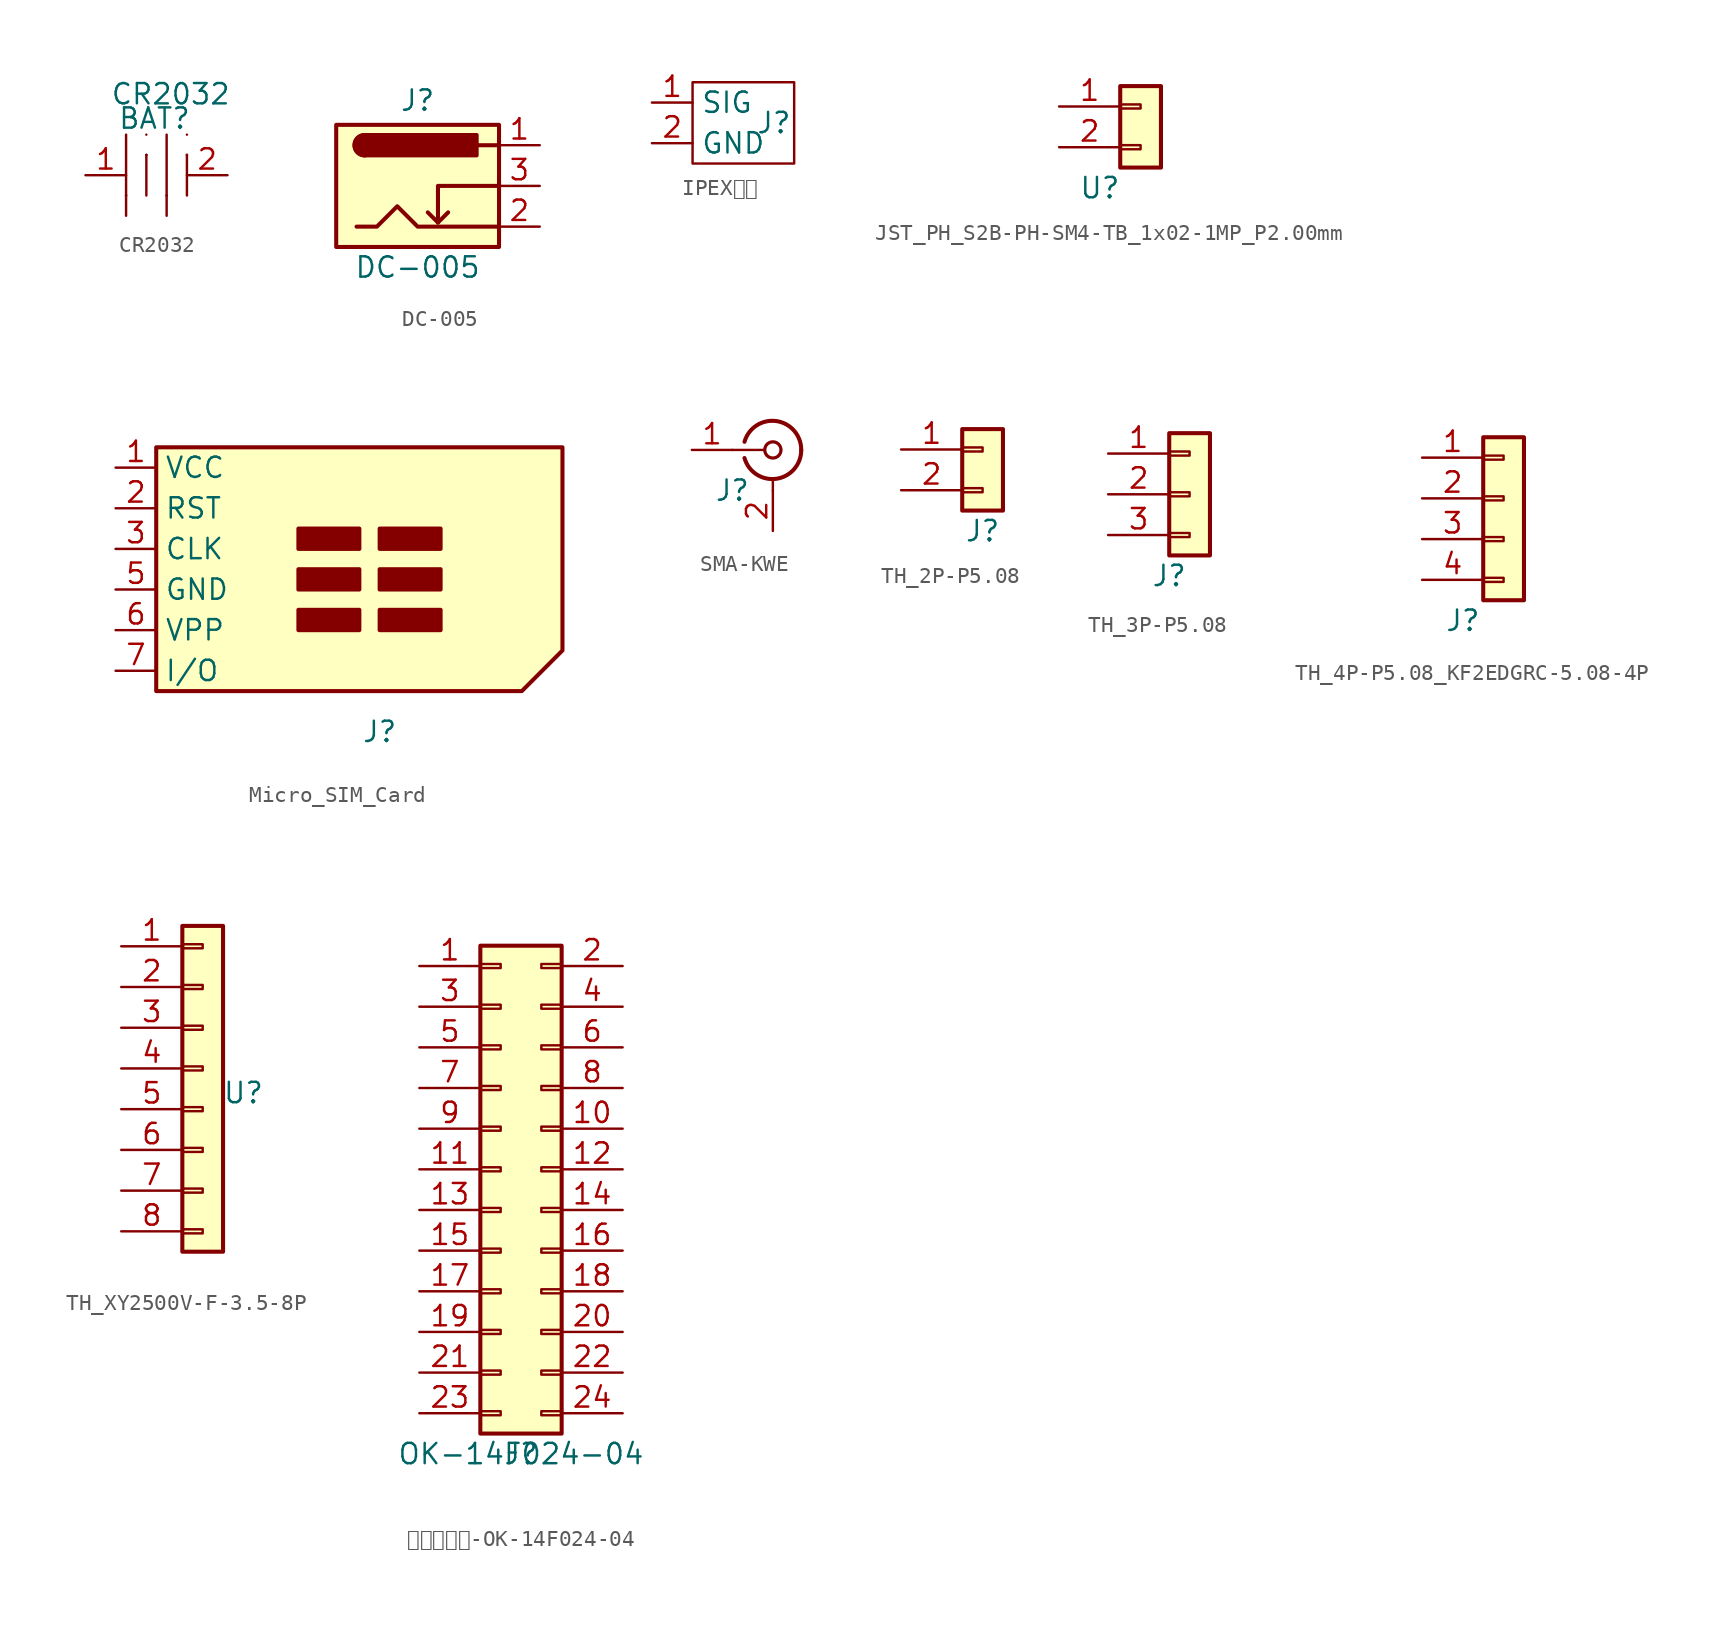
<source format=kicad_sym>
(kicad_symbol_lib
  (version 20241209)
  (generator "kicad_symbol_editor")
  (generator_version "9.0")
  (symbol "CR2032"
    (property "Reference" "BAT"
      (at -0.762 3.556 0)
      (effects (font (size 1.27 1.27))))
    (property "Value" "CR2032"
      (at 0.254 5.08 0)
      (effects (font (size 1.27 1.27))))
    (symbol "CR2032_0_1"
      (polyline (pts (xy -2.54 2.54) (xy -2.54 0) (xy -2.54 -1.27)) (stroke (width 0) (type default)) (fill (type none)))
      (polyline (pts (xy -2.54 -1.27) (xy -2.54 -1.27)) (stroke (width 0) (type default)) (fill (type none)))
      (polyline (pts (xy -2.54 -1.27) (xy -2.54 -2.54)) (stroke (width 0) (type default)) (fill (type none)))
      (polyline (pts (xy -1.27 2.54) (xy -1.27 2.54)) (stroke (width 0) (type default)) (fill (type none)))
      (polyline (pts (xy -1.27 1.27) (xy -1.27 1.27)) (stroke (width 0) (type default)) (fill (type none)))
      (polyline (pts (xy -1.27 1.27) (xy -1.27 1.27)) (stroke (width 0) (type default)) (fill (type none)))
      (polyline (pts (xy -1.27 1.27) (xy -1.27 -1.27)) (stroke (width 0) (type default)) (fill (type none)))
      (polyline (pts (xy 0 2.54) (xy 0 0) (xy 0 -1.27)) (stroke (width 0) (type default)) (fill (type none)))
      (polyline (pts (xy 0 -1.27) (xy 0 -2.54)) (stroke (width 0) (type default)) (fill (type none)))
      (polyline (pts (xy 0 -1.27) (xy 0 -1.27)) (stroke (width 0) (type default)) (fill (type none)))
      (polyline (pts (xy 1.27 2.54) (xy 1.27 2.54)) (stroke (width 0) (type default)) (fill (type none)))
      (polyline (pts (xy 1.27 1.27) (xy 1.27 1.27)) (stroke (width 0) (type default)) (fill (type none)))
      (polyline (pts (xy 1.27 1.27) (xy 1.27 1.27)) (stroke (width 0) (type default)) (fill (type none)))
      (polyline (pts (xy 1.27 1.27) (xy 1.27 -1.27)) (stroke (width 0) (type default)) (fill (type none))))
    (symbol "CR2032_1_1"
      (pin passive line (at -5.08 0 0) (length 2.54) (name "" (effects (font (size 1.27 1.27)))) (number "1" (effects (font (size 1.27 1.27)))))
      (pin passive line (at 3.81 0 180) (length 2.54) (name "" (effects (font (size 1.27 1.27)))) (number "2" (effects (font (size 1.27 1.27)))))))
  (symbol "DC-005"
    (pin_names
      (hide yes))
    (property "Reference" "J"
      (at 0 5.334 0)
      (effects (font (size 1.27 1.27))))
    (property "Value" "DC-005"
      (at 0 -5.08 0)
      (effects (font (size 1.27 1.27))))
    (symbol "DC-005_0_1"
      (rectangle (start -5.08 3.81) (end 5.08 -3.81) (stroke (width 0.254) (type default)) (fill (type background)))
      (polyline (pts (xy -3.81 -2.54) (xy -2.54 -2.54) (xy -1.27 -1.27) (xy 0 -2.54) (xy 2.54 -2.54) (xy 5.08 -2.54)) (stroke (width 0.254) (type default)) (fill (type none)))
      (arc (start -3.302 1.905) (mid -3.9343 2.54) (end -3.302 3.175) (stroke (width 0.254) (type default)) (fill (type outline)))
      (arc (start -3.302 1.905) (mid -3.9343 2.54) (end -3.302 3.175) (stroke (width 0.254) (type default)) (fill (type none)))
      (polyline (pts (xy 1.27 -2.286) (xy 1.905 -1.651)) (stroke (width 0.254) (type default)) (fill (type none)))
      (rectangle (start 3.683 3.175) (end -3.302 1.905) (stroke (width 0.254) (type default)) (fill (type outline)))
      (polyline (pts (xy 5.08 2.54) (xy 3.81 2.54)) (stroke (width 0.254) (type default)) (fill (type none)))
      (polyline (pts (xy 5.08 0) (xy 1.27 0) (xy 1.27 -2.286) (xy 0.635 -1.651)) (stroke (width 0.254) (type default)) (fill (type none))))
    (symbol "DC-005_1_1"
      (pin passive line (at 7.62 2.54 180) (length 2.54) (name "~" (effects (font (size 1.27 1.27)))) (number "1" (effects (font (size 1.27 1.27)))))
      (pin passive line (at 7.62 0 180) (length 2.54) (name "~" (effects (font (size 1.27 1.27)))) (number "3" (effects (font (size 1.27 1.27)))))
      (pin passive line (at 7.62 -2.54 180) (length 2.54) (name "~" (effects (font (size 1.27 1.27)))) (number "2" (effects (font (size 1.27 1.27)))))))
  (symbol "IPEX座子"
    (property "Reference" "J"
      (at 1.27 1.27 0)
      (effects (font (size 1.27 1.27))))
    (property "Value" ""
      (at -1.27 1.27 0)
      (effects (font (size 1.27 1.27))))
    (symbol "IPEX座子_0_1"
      (rectangle (start -3.81 3.81) (end 2.54 -1.27) (stroke (width 0) (type default)) (fill (type none))))
    (symbol "IPEX座子_1_1"
      (pin input line (at -6.35 2.54 0) (length 2.54) (name "SIG" (effects (font (size 1.27 1.27)))) (number "1" (effects (font (size 1.27 1.27)))))
      (pin input line (at -6.35 0 0) (length 2.54) (name "GND" (effects (font (size 1.27 1.27)))) (number "2" (effects (font (size 1.27 1.27)))))))
  (symbol "JST_PH_S2B-PH-SM4-TB_1x02-1MP_P2.00mm"
    (property "Reference" "U"
      (at 0 0 0)
      (effects (font (size 1.27 1.27))))
    (property "Value" ""
      (at 0 0 0)
      (effects (font (size 1.27 1.27))))
    (symbol "JST_PH_S2B-PH-SM4-TB_1x02-1MP_P2.00mm_1_1"
      (rectangle (start 1.27 6.35) (end 3.81 1.27) (stroke (width 0.254) (type default)) (fill (type background)))
      (rectangle (start 1.27 5.207) (end 2.54 4.953) (stroke (width 0.152) (type default)) (fill (type none)))
      (rectangle (start 1.27 2.667) (end 2.54 2.413) (stroke (width 0.152) (type default)) (fill (type none)))
      (pin passive line (at -2.54 5.08 0) (length 3.81) (name "" (effects (font (size 1.27 1.27)))) (number "1" (effects (font (size 1.27 1.27)))))
      (pin passive line (at -2.54 2.54 0) (length 3.81) (name "" (effects (font (size 1.27 1.27)))) (number "2" (effects (font (size 1.27 1.27)))))))
  (symbol "Micro_SIM_Card"
    (property "Reference" "J"
      (at 0 0 0)
      (effects (font (size 1.27 1.27))))
    (property "Value" ""
      (at 0 0 0)
      (effects (font (size 1.27 1.27))))
    (symbol "Micro_SIM_Card_0_1"
      (polyline (pts (xy -13.97 17.78) (xy 11.43 17.78) (xy 11.43 5.08) (xy 8.89 2.54) (xy -13.97 2.54) (xy -13.97 17.78)) (stroke (width 0.254) (type default)) (fill (type background)))
      (rectangle (start -5.08 11.43) (end -1.27 12.7) (stroke (width 0.254) (type default)) (fill (type outline)))
      (rectangle (start -5.08 8.89) (end -1.27 10.16) (stroke (width 0.254) (type default)) (fill (type outline)))
      (rectangle (start -5.08 6.35) (end -1.27 7.62) (stroke (width 0.254) (type default)) (fill (type outline)))
      (rectangle (start 0 11.43) (end 3.81 12.7) (stroke (width 0.254) (type default)) (fill (type outline)))
      (rectangle (start 0 8.89) (end 3.81 10.16) (stroke (width 0.254) (type default)) (fill (type outline)))
      (rectangle (start 0 7.62) (end 3.81 6.35) (stroke (width 0.254) (type default)) (fill (type outline))))
    (symbol "Micro_SIM_Card_1_1"
      (pin power_in line (at -16.51 16.51 0) (length 2.54) (name "VCC" (effects (font (size 1.27 1.27)))) (number "1" (effects (font (size 1.27 1.27)))))
      (pin input line (at -16.51 13.97 0) (length 2.54) (name "RST" (effects (font (size 1.27 1.27)))) (number "2" (effects (font (size 1.27 1.27)))))
      (pin input line (at -16.51 11.43 0) (length 2.54) (name "CLK" (effects (font (size 1.27 1.27)))) (number "3" (effects (font (size 1.27 1.27)))))
      (pin power_in line (at -16.51 8.89 0) (length 2.54) (name "GND" (effects (font (size 1.27 1.27)))) (number "5" (effects (font (size 1.27 1.27)))))
      (pin input line (at -16.51 6.35 0) (length 2.54) (name "VPP" (effects (font (size 1.27 1.27)))) (number "6" (effects (font (size 1.27 1.27)))))
      (pin bidirectional line (at -16.51 3.81 0) (length 2.54) (name "I/O" (effects (font (size 1.27 1.27)))) (number "7" (effects (font (size 1.27 1.27)))))))
  (symbol "SMA-KWE"
    (property "Reference" "J"
      (at 0 0 0)
      (effects (font (size 1.27 1.27))))
    (property "Value" ""
      (at 0 0 0)
      (effects (font (size 1.27 1.27))))
    (symbol "SMA-KWE_0_1"
      (polyline (pts (xy 0 2.54) (xy 2.032 2.54)) (stroke (width 0) (type default)) (fill (type none)))
      (arc (start 4.318 2.54) (mid 2.762 0.7321) (end 0.762 2.032) (stroke (width 0.254) (type default)) (fill (type none)))
      (arc (start 0.762 3.048) (mid 2.7621 4.3484) (end 4.318 2.54) (stroke (width 0.254) (type default)) (fill (type none)))
      (circle (center 2.54 2.54) (radius 0.508) (stroke (width 0.203) (type default)) (fill (type none)))
      (polyline (pts (xy 2.54 0) (xy 2.54 0.762)) (stroke (width 0) (type default)) (fill (type none))))
    (symbol "SMA-KWE_1_1"
      (pin passive line (at -2.54 2.54 0) (length 2.54) (name "" (effects (font (size 1.27 1.27)))) (number "1" (effects (font (size 1.27 1.27)))))
      (pin passive line (at 2.54 -2.54 90) (length 2.54) (name "" (effects (font (size 1.27 1.27)))) (number "2" (effects (font (size 1.27 1.27)))))))
  (symbol "TH_2P-P5.08"
    (property "Reference" "J"
      (at 0 0 0)
      (effects (font (size 1.27 1.27))))
    (property "Value" ""
      (at 0 0 0)
      (effects (font (size 1.27 1.27))))
    (symbol "TH_2P-P5.08_1_1"
      (rectangle (start -1.27 6.35) (end 1.27 1.27) (stroke (width 0.254) (type default)) (fill (type background)))
      (rectangle (start -1.27 5.207) (end 0 4.953) (stroke (width 0.152) (type default)) (fill (type none)))
      (rectangle (start -1.27 2.667) (end 0 2.413) (stroke (width 0.152) (type default)) (fill (type none)))
      (pin passive line (at -5.08 5.08 0) (length 3.81) (name "" (effects (font (size 1.27 1.27)))) (number "1" (effects (font (size 1.27 1.27)))))
      (pin passive line (at -5.08 2.54 0) (length 3.81) (name "" (effects (font (size 1.27 1.27)))) (number "2" (effects (font (size 1.27 1.27)))))))
  (symbol "TH_3P-P5.08"
    (property "Reference" "J"
      (at 0 0 0)
      (effects (font (size 1.27 1.27))))
    (property "Value" ""
      (at 0 0 0)
      (effects (font (size 1.27 1.27))))
    (symbol "TH_3P-P5.08_1_1"
      (rectangle (start 0 8.89) (end 2.54 1.27) (stroke (width 0.254) (type default)) (fill (type background)))
      (rectangle (start 0 7.747) (end 1.27 7.493) (stroke (width 0.152) (type default)) (fill (type none)))
      (rectangle (start 0 5.207) (end 1.27 4.953) (stroke (width 0.152) (type default)) (fill (type none)))
      (rectangle (start 0 2.667) (end 1.27 2.413) (stroke (width 0.152) (type default)) (fill (type none)))
      (pin passive line (at -3.81 7.62 0) (length 3.81) (name "" (effects (font (size 1.27 1.27)))) (number "1" (effects (font (size 1.27 1.27)))))
      (pin passive line (at -3.81 5.08 0) (length 3.81) (name "" (effects (font (size 1.27 1.27)))) (number "2" (effects (font (size 1.27 1.27)))))
      (pin passive line (at -3.81 2.54 0) (length 3.81) (name "" (effects (font (size 1.27 1.27)))) (number "3" (effects (font (size 1.27 1.27)))))))
  (symbol "TH_4P-P5.08_KF2EDGRC-5.08-4P"
    (property "Reference" "J"
      (at 0 0 0)
      (effects (font (size 1.27 1.27))))
    (property "Value" ""
      (at 0 0 0)
      (effects (font (size 1.27 1.27))))
    (symbol "TH_4P-P5.08_KF2EDGRC-5.08-4P_1_1"
      (rectangle (start 1.27 11.43) (end 3.81 1.27) (stroke (width 0.254) (type default)) (fill (type background)))
      (rectangle (start 1.27 10.287) (end 2.54 10.033) (stroke (width 0.152) (type default)) (fill (type none)))
      (rectangle (start 1.27 7.747) (end 2.54 7.493) (stroke (width 0.152) (type default)) (fill (type none)))
      (rectangle (start 1.27 5.207) (end 2.54 4.953) (stroke (width 0.152) (type default)) (fill (type none)))
      (rectangle (start 1.27 2.667) (end 2.54 2.413) (stroke (width 0.152) (type default)) (fill (type none)))
      (pin passive line (at -2.54 10.16 0) (length 3.81) (name "" (effects (font (size 1.27 1.27)))) (number "1" (effects (font (size 1.27 1.27)))))
      (pin passive line (at -2.54 7.62 0) (length 3.81) (name "" (effects (font (size 1.27 1.27)))) (number "2" (effects (font (size 1.27 1.27)))))
      (pin passive line (at -2.54 5.08 0) (length 3.81) (name "" (effects (font (size 1.27 1.27)))) (number "3" (effects (font (size 1.27 1.27)))))
      (pin passive line (at -2.54 2.54 0) (length 3.81) (name "" (effects (font (size 1.27 1.27)))) (number "4" (effects (font (size 1.27 1.27)))))))
  (symbol "TH_XY2500V-F-3.5-8P"
    (property "Reference" "U"
      (at 6.35 1.016 0)
      (effects (font (size 1.27 1.27))))
    (property "Value" ""
      (at 0 0 0)
      (effects (font (size 1.27 1.27))))
    (symbol "TH_XY2500V-F-3.5-8P_1_1"
      (rectangle (start 2.54 11.43) (end 5.08 -8.89) (stroke (width 0.254) (type default)) (fill (type background)))
      (rectangle (start 2.54 10.287) (end 3.81 10.033) (stroke (width 0.152) (type default)) (fill (type none)))
      (rectangle (start 2.54 7.747) (end 3.81 7.493) (stroke (width 0.152) (type default)) (fill (type none)))
      (rectangle (start 2.54 5.207) (end 3.81 4.953) (stroke (width 0.152) (type default)) (fill (type none)))
      (rectangle (start 2.54 2.667) (end 3.81 2.413) (stroke (width 0.152) (type default)) (fill (type none)))
      (rectangle (start 2.54 0.127) (end 3.81 -0.127) (stroke (width 0.152) (type default)) (fill (type none)))
      (rectangle (start 2.54 -2.413) (end 3.81 -2.667) (stroke (width 0.152) (type default)) (fill (type none)))
      (rectangle (start 2.54 -4.953) (end 3.81 -5.207) (stroke (width 0.152) (type default)) (fill (type none)))
      (rectangle (start 2.54 -7.493) (end 3.81 -7.747) (stroke (width 0.152) (type default)) (fill (type none)))
      (pin passive line (at -1.27 10.16 0) (length 3.81) (name "" (effects (font (size 1.27 1.27)))) (number "1" (effects (font (size 1.27 1.27)))))
      (pin passive line (at -1.27 7.62 0) (length 3.81) (name "" (effects (font (size 1.27 1.27)))) (number "2" (effects (font (size 1.27 1.27)))))
      (pin passive line (at -1.27 5.08 0) (length 3.81) (name "" (effects (font (size 1.27 1.27)))) (number "3" (effects (font (size 1.27 1.27)))))
      (pin passive line (at -1.27 2.54 0) (length 3.81) (name "" (effects (font (size 1.27 1.27)))) (number "4" (effects (font (size 1.27 1.27)))))
      (pin passive line (at -1.27 0 0) (length 3.81) (name "" (effects (font (size 1.27 1.27)))) (number "5" (effects (font (size 1.27 1.27)))))
      (pin passive line (at -1.27 -2.54 0) (length 3.81) (name "" (effects (font (size 1.27 1.27)))) (number "6" (effects (font (size 1.27 1.27)))))
      (pin passive line (at -1.27 -5.08 0) (length 3.81) (name "" (effects (font (size 1.27 1.27)))) (number "7" (effects (font (size 1.27 1.27)))))
      (pin passive line (at -1.27 -7.62 0) (length 3.81) (name "" (effects (font (size 1.27 1.27)))) (number "8" (effects (font (size 1.27 1.27)))))))
  (symbol "亚奇连接器-OK-14F024-04"
    (property "Reference" "J"
      (at 0 0 0)
      (effects (font (size 1.27 1.27))))
    (property "Value" "OK-14F024-04"
      (at 0 0 0)
      (effects (font (size 1.27 1.27))))
    (symbol "亚奇连接器-OK-14F024-04_1_1"
      (rectangle (start -2.54 31.75) (end 2.54 1.27) (stroke (width 0.254) (type default)) (fill (type background)))
      (rectangle (start -2.54 30.607) (end -1.27 30.353) (stroke (width 0.152) (type default)) (fill (type none)))
      (rectangle (start -2.54 28.067) (end -1.27 27.813) (stroke (width 0.152) (type default)) (fill (type none)))
      (rectangle (start -2.54 25.527) (end -1.27 25.273) (stroke (width 0.152) (type default)) (fill (type none)))
      (rectangle (start -2.54 22.987) (end -1.27 22.733) (stroke (width 0.152) (type default)) (fill (type none)))
      (rectangle (start -2.54 20.447) (end -1.27 20.193) (stroke (width 0.152) (type default)) (fill (type none)))
      (rectangle (start -2.54 17.907) (end -1.27 17.653) (stroke (width 0.152) (type default)) (fill (type none)))
      (rectangle (start -2.54 15.367) (end -1.27 15.113) (stroke (width 0.152) (type default)) (fill (type none)))
      (rectangle (start -2.54 12.827) (end -1.27 12.573) (stroke (width 0.152) (type default)) (fill (type none)))
      (rectangle (start -2.54 10.287) (end -1.27 10.033) (stroke (width 0.152) (type default)) (fill (type none)))
      (rectangle (start -2.54 7.747) (end -1.27 7.493) (stroke (width 0.152) (type default)) (fill (type none)))
      (rectangle (start -2.54 5.207) (end -1.27 4.953) (stroke (width 0.152) (type default)) (fill (type none)))
      (rectangle (start -2.54 2.667) (end -1.27 2.413) (stroke (width 0.152) (type default)) (fill (type none)))
      (rectangle (start 2.54 30.607) (end 1.27 30.353) (stroke (width 0.152) (type default)) (fill (type none)))
      (rectangle (start 2.54 28.067) (end 1.27 27.813) (stroke (width 0.152) (type default)) (fill (type none)))
      (rectangle (start 2.54 25.527) (end 1.27 25.273) (stroke (width 0.152) (type default)) (fill (type none)))
      (rectangle (start 2.54 22.987) (end 1.27 22.733) (stroke (width 0.152) (type default)) (fill (type none)))
      (rectangle (start 2.54 20.447) (end 1.27 20.193) (stroke (width 0.152) (type default)) (fill (type none)))
      (rectangle (start 2.54 17.907) (end 1.27 17.653) (stroke (width 0.152) (type default)) (fill (type none)))
      (rectangle (start 2.54 15.367) (end 1.27 15.113) (stroke (width 0.152) (type default)) (fill (type none)))
      (rectangle (start 2.54 12.827) (end 1.27 12.573) (stroke (width 0.152) (type default)) (fill (type none)))
      (rectangle (start 2.54 10.287) (end 1.27 10.033) (stroke (width 0.152) (type default)) (fill (type none)))
      (rectangle (start 2.54 7.747) (end 1.27 7.493) (stroke (width 0.152) (type default)) (fill (type none)))
      (rectangle (start 2.54 5.207) (end 1.27 4.953) (stroke (width 0.152) (type default)) (fill (type none)))
      (rectangle (start 2.54 2.667) (end 1.27 2.413) (stroke (width 0.152) (type default)) (fill (type none)))
      (pin passive line (at -6.35 30.48 0) (length 3.81) (name "" (effects (font (size 1.27 1.27)))) (number "1" (effects (font (size 1.27 1.27)))))
      (pin passive line (at -6.35 27.94 0) (length 3.81) (name "" (effects (font (size 1.27 1.27)))) (number "3" (effects (font (size 1.27 1.27)))))
      (pin passive line (at -6.35 25.4 0) (length 3.81) (name "" (effects (font (size 1.27 1.27)))) (number "5" (effects (font (size 1.27 1.27)))))
      (pin passive line (at -6.35 22.86 0) (length 3.81) (name "" (effects (font (size 1.27 1.27)))) (number "7" (effects (font (size 1.27 1.27)))))
      (pin passive line (at -6.35 20.32 0) (length 3.81) (name "" (effects (font (size 1.27 1.27)))) (number "9" (effects (font (size 1.27 1.27)))))
      (pin passive line (at -6.35 17.78 0) (length 3.81) (name "" (effects (font (size 1.27 1.27)))) (number "11" (effects (font (size 1.27 1.27)))))
      (pin passive line (at -6.35 15.24 0) (length 3.81) (name "" (effects (font (size 1.27 1.27)))) (number "13" (effects (font (size 1.27 1.27)))))
      (pin passive line (at -6.35 12.7 0) (length 3.81) (name "" (effects (font (size 1.27 1.27)))) (number "15" (effects (font (size 1.27 1.27)))))
      (pin passive line (at -6.35 10.16 0) (length 3.81) (name "" (effects (font (size 1.27 1.27)))) (number "17" (effects (font (size 1.27 1.27)))))
      (pin passive line (at -6.35 7.62 0) (length 3.81) (name "" (effects (font (size 1.27 1.27)))) (number "19" (effects (font (size 1.27 1.27)))))
      (pin passive line (at -6.35 5.08 0) (length 3.81) (name "" (effects (font (size 1.27 1.27)))) (number "21" (effects (font (size 1.27 1.27)))))
      (pin passive line (at -6.35 2.54 0) (length 3.81) (name "" (effects (font (size 1.27 1.27)))) (number "23" (effects (font (size 1.27 1.27)))))
      (pin passive line (at 6.35 30.48 180) (length 3.81) (name "" (effects (font (size 1.27 1.27)))) (number "2" (effects (font (size 1.27 1.27)))))
      (pin passive line (at 6.35 27.94 180) (length 3.81) (name "" (effects (font (size 1.27 1.27)))) (number "4" (effects (font (size 1.27 1.27)))))
      (pin passive line (at 6.35 25.4 180) (length 3.81) (name "" (effects (font (size 1.27 1.27)))) (number "6" (effects (font (size 1.27 1.27)))))
      (pin passive line (at 6.35 22.86 180) (length 3.81) (name "" (effects (font (size 1.27 1.27)))) (number "8" (effects (font (size 1.27 1.27)))))
      (pin passive line (at 6.35 20.32 180) (length 3.81) (name "" (effects (font (size 1.27 1.27)))) (number "10" (effects (font (size 1.27 1.27)))))
      (pin passive line (at 6.35 17.78 180) (length 3.81) (name "" (effects (font (size 1.27 1.27)))) (number "12" (effects (font (size 1.27 1.27)))))
      (pin passive line (at 6.35 15.24 180) (length 3.81) (name "" (effects (font (size 1.27 1.27)))) (number "14" (effects (font (size 1.27 1.27)))))
      (pin passive line (at 6.35 12.7 180) (length 3.81) (name "" (effects (font (size 1.27 1.27)))) (number "16" (effects (font (size 1.27 1.27)))))
      (pin passive line (at 6.35 10.16 180) (length 3.81) (name "" (effects (font (size 1.27 1.27)))) (number "18" (effects (font (size 1.27 1.27)))))
      (pin passive line (at 6.35 7.62 180) (length 3.81) (name "" (effects (font (size 1.27 1.27)))) (number "20" (effects (font (size 1.27 1.27)))))
      (pin passive line (at 6.35 5.08 180) (length 3.81) (name "" (effects (font (size 1.27 1.27)))) (number "22" (effects (font (size 1.27 1.27)))))
      (pin passive line (at 6.35 2.54 180) (length 3.81) (name "" (effects (font (size 1.27 1.27)))) (number "24" (effects (font (size 1.27 1.27))))))))
</source>
